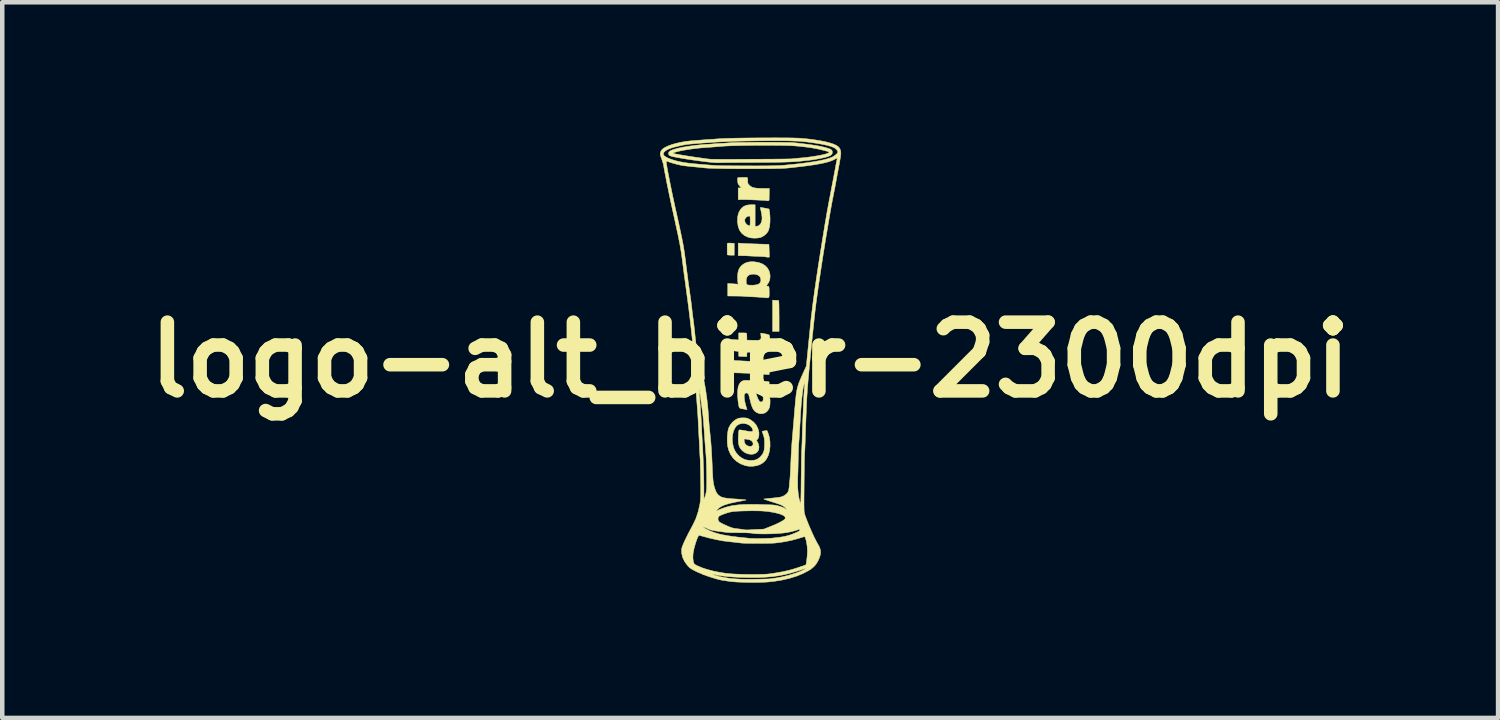
<source format=kicad_pcb>
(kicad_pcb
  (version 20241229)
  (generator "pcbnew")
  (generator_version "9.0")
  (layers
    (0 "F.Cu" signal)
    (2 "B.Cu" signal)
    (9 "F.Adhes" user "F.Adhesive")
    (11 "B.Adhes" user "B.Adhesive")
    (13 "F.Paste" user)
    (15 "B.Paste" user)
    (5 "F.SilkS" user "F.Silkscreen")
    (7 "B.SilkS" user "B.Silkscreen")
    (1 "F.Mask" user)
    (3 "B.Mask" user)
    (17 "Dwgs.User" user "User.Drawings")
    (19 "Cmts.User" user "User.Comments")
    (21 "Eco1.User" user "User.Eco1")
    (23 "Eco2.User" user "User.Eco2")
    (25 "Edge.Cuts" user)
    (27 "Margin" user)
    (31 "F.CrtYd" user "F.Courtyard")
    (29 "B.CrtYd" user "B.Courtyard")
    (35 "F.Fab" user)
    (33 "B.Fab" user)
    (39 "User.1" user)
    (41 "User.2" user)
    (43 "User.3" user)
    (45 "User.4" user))
  (footprint "logo-alt_bier-2300dpi"
    (layer "F.Cu")
    (at 13.578 4.925)
    (property "Reference" "logo-alt_bier-2300dpi" (at 0 0 0) (layer "F.SilkS") (effects (font (size 1.524 1.524) (thickness 0.3))))
    (attr through_hole)
    (fp_poly (pts (xy 0.56 -1.319) (xy 0.596 -1.317) (xy 0.623 -1.316) (xy 0.632 -1.315) (xy 0.634 -1.304) (xy 0.636 -1.274) (xy 0.638 -1.227) (xy 0.639 -1.166) (xy 0.64 -1.093) (xy 0.64 -1.012) (xy 0.641 -0.972) (xy 0.641 -0.629) (xy 0.497 -0.629) (xy 0.497 -1.322) (xy 0.56 -1.319)) (stroke (width 0.01) (type solid)) (fill yes) (layer "F.SilkS"))
    (fp_poly (pts (xy -0.431 -2.586) (xy -0.353 -2.582) (xy -0.353 -2.319) (xy -0.431 -2.319) (xy -0.476 -2.321) (xy -0.501 -2.325) (xy -0.508 -2.333) (xy -0.509 -2.355) (xy -0.509 -2.391) (xy -0.509 -2.436) (xy -0.509 -2.482) (xy -0.509 -2.525) (xy -0.509 -2.557) (xy -0.509 -2.573) (xy -0.504 -2.582) (xy -0.489 -2.586) (xy -0.459 -2.587) (xy -0.431 -2.586)) (stroke (width 0.01) (type solid)) (fill yes) (layer "F.SilkS"))
    (fp_poly (pts (xy -0.163 -2.58) (xy -0.12 -2.578) (xy -0.06 -2.575) (xy 0.011 -2.572) (xy 0.089 -2.569) (xy 0.167 -2.567) (xy 0.177 -2.566) (xy 0.247 -2.564) (xy 0.308 -2.562) (xy 0.359 -2.561) (xy 0.395 -2.559) (xy 0.414 -2.558) (xy 0.416 -2.558) (xy 0.417 -2.547) (xy 0.418 -2.518) (xy 0.42 -2.476) (xy 0.421 -2.424) (xy 0.422 -2.416) (xy 0.426 -2.275) (xy 0.392 -2.275) (xy 0.366 -2.276) (xy 0.352 -2.28) (xy 0.352 -2.28) (xy 0.34 -2.282) (xy 0.309 -2.285) (xy 0.265 -2.288) (xy 0.21 -2.291) (xy 0.182 -2.292) (xy 0.118 -2.295) (xy 0.058 -2.297) (xy 0.006 -2.3) (xy -0.031 -2.302) (xy -0.039 -2.303) (xy -0.078 -2.305) (xy -0.129 -2.306) (xy -0.179 -2.307) (xy -0.265 -2.308) (xy -0.265 -2.587) (xy -0.163 -2.58)) (stroke (width 0.01) (type solid)) (fill yes) (layer "F.SilkS"))
    (fp_poly (pts (xy -0.437 0.009) (xy -0.395 0.012) (xy -0.384 0.013) (xy -0.341 0.016) (xy -0.282 0.019) (xy -0.215 0.023) (xy -0.145 0.027) (xy -0.117 0.028) (xy -0.054 0.031) (xy 0.003 0.034) (xy 0.051 0.036) (xy 0.084 0.038) (xy 0.094 0.039) (xy 0.118 0.041) (xy 0.158 0.043) (xy 0.209 0.044) (xy 0.266 0.045) (xy 0.268 0.045) (xy 0.322 0.047) (xy 0.367 0.049) (xy 0.4 0.053) (xy 0.415 0.057) (xy 0.416 0.058) (xy 0.418 0.072) (xy 0.42 0.104) (xy 0.422 0.148) (xy 0.422 0.197) (xy 0.422 0.326) (xy 0.393 0.327) (xy 0.371 0.327) (xy 0.362 0.325) (xy 0.35 0.323) (xy 0.32 0.321) (xy 0.277 0.318) (xy 0.224 0.315) (xy 0.204 0.314) (xy 0.146 0.311) (xy 0.093 0.308) (xy 0.052 0.306) (xy 0.026 0.303) (xy 0.023 0.303) (xy 0.004 0.301) (xy -0.033 0.299) (xy -0.085 0.297) (xy -0.149 0.295) (xy -0.22 0.292) (xy -0.251 0.291) (xy -0.497 0.284) (xy -0.497 0.148) (xy -0.496 0.084) (xy -0.493 0.038) (xy -0.488 0.014) (xy -0.485 0.009) (xy -0.469 0.008) (xy -0.437 0.009)) (stroke (width 0.01) (type solid)) (fill yes) (layer "F.SilkS"))
    (fp_poly (pts (xy -0.079 -4.043) (xy -0.075 -4.043) (xy -0.064 -4.039) (xy -0.058 -4.025) (xy -0.055 -3.997) (xy -0.055 -3.974) (xy -0.054 -3.935) (xy -0.049 -3.91) (xy -0.036 -3.889) (xy -0.014 -3.865) (xy 0.015 -3.842) (xy 0.048 -3.824) (xy 0.089 -3.812) (xy 0.143 -3.804) (xy 0.211 -3.8) (xy 0.285 -3.799) (xy 0.425 -3.799) (xy 0.423 -3.686) (xy 0.422 -3.635) (xy 0.421 -3.591) (xy 0.421 -3.559) (xy 0.42 -3.548) (xy 0.414 -3.528) (xy 0.394 -3.523) (xy 0.372 -3.525) (xy 0.364 -3.527) (xy 0.351 -3.53) (xy 0.32 -3.532) (xy 0.275 -3.535) (xy 0.218 -3.538) (xy 0.154 -3.541) (xy 0.086 -3.544) (xy 0.017 -3.547) (xy -0.048 -3.549) (xy -0.106 -3.55) (xy -0.152 -3.55) (xy -0.265 -3.55) (xy -0.265 -3.68) (xy -0.265 -3.81) (xy -0.195 -3.81) (xy -0.223 -3.84) (xy -0.246 -3.868) (xy -0.264 -3.895) (xy -0.265 -3.897) (xy -0.272 -3.919) (xy -0.277 -3.952) (xy -0.279 -3.988) (xy -0.279 -4.018) (xy -0.275 -4.035) (xy -0.275 -4.036) (xy -0.263 -4.038) (xy -0.235 -4.04) (xy -0.196 -4.041) (xy -0.153 -4.043) (xy -0.112 -4.043) (xy -0.079 -4.043)) (stroke (width 0.01) (type solid)) (fill yes) (layer "F.SilkS"))
    (fp_poly (pts (xy -0.117 -0.595) (xy -0.088 -0.591) (xy -0.076 -0.584) (xy -0.076 -0.583) (xy -0.075 -0.565) (xy -0.074 -0.532) (xy -0.073 -0.502) (xy -0.072 -0.436) (xy 0.065 -0.433) (xy 0.123 -0.432) (xy 0.164 -0.432) (xy 0.191 -0.435) (xy 0.208 -0.439) (xy 0.221 -0.447) (xy 0.223 -0.449) (xy 0.236 -0.464) (xy 0.241 -0.484) (xy 0.241 -0.516) (xy 0.239 -0.531) (xy 0.233 -0.592) (xy 0.326 -0.576) (xy 0.38 -0.565) (xy 0.413 -0.553) (xy 0.426 -0.542) (xy 0.429 -0.524) (xy 0.433 -0.49) (xy 0.436 -0.444) (xy 0.438 -0.409) (xy 0.44 -0.355) (xy 0.44 -0.317) (xy 0.436 -0.29) (xy 0.429 -0.267) (xy 0.418 -0.243) (xy 0.399 -0.211) (xy 0.379 -0.188) (xy 0.353 -0.172) (xy 0.319 -0.162) (xy 0.272 -0.158) (xy 0.209 -0.158) (xy 0.149 -0.16) (xy 0.089 -0.163) (xy 0.034 -0.166) (xy -0.01 -0.168) (xy -0.038 -0.169) (xy -0.044 -0.169) (xy -0.061 -0.169) (xy -0.07 -0.159) (xy -0.072 -0.136) (xy -0.073 -0.121) (xy -0.074 -0.072) (xy -0.117 -0.072) (xy -0.158 -0.073) (xy -0.202 -0.075) (xy -0.207 -0.075) (xy -0.254 -0.079) (xy -0.254 -0.133) (xy -0.255 -0.167) (xy -0.261 -0.183) (xy -0.272 -0.188) (xy -0.273 -0.188) (xy -0.306 -0.191) (xy -0.34 -0.195) (xy -0.37 -0.202) (xy -0.387 -0.207) (xy -0.387 -0.208) (xy -0.392 -0.221) (xy -0.4 -0.249) (xy -0.409 -0.288) (xy -0.419 -0.332) (xy -0.429 -0.376) (xy -0.437 -0.413) (xy -0.441 -0.438) (xy -0.442 -0.445) (xy -0.432 -0.448) (xy -0.404 -0.449) (xy -0.365 -0.448) (xy -0.348 -0.446) (xy -0.254 -0.44) (xy -0.254 -0.596) (xy -0.166 -0.596) (xy -0.117 -0.595)) (stroke (width 0.01) (type solid)) (fill yes) (layer "F.SilkS"))
    (fp_poly (pts (xy 0.075 -3.436) (xy 0.11 -3.435) (xy 0.11 -2.96) (xy 0.142 -2.96) (xy 0.174 -2.967) (xy 0.201 -2.981) (xy 0.237 -3.022) (xy 0.258 -3.077) (xy 0.264 -3.147) (xy 0.255 -3.231) (xy 0.244 -3.285) (xy 0.234 -3.326) (xy 0.228 -3.358) (xy 0.225 -3.375) (xy 0.225 -3.376) (xy 0.237 -3.376) (xy 0.263 -3.372) (xy 0.3 -3.366) (xy 0.339 -3.359) (xy 0.376 -3.352) (xy 0.403 -3.346) (xy 0.416 -3.343) (xy 0.416 -3.343) (xy 0.422 -3.326) (xy 0.428 -3.293) (xy 0.434 -3.247) (xy 0.438 -3.194) (xy 0.441 -3.138) (xy 0.441 -3.132) (xy 0.439 -3.037) (xy 0.429 -2.952) (xy 0.411 -2.882) (xy 0.397 -2.848) (xy 0.363 -2.8) (xy 0.314 -2.756) (xy 0.258 -2.723) (xy 0.228 -2.711) (xy 0.163 -2.699) (xy 0.09 -2.696) (xy 0.017 -2.702) (xy -0.041 -2.715) (xy -0.122 -2.752) (xy -0.185 -2.802) (xy -0.232 -2.866) (xy -0.264 -2.945) (xy -0.279 -3.039) (xy -0.281 -3.065) (xy -0.281 -3.075) (xy -0.121 -3.075) (xy -0.104 -3.033) (xy -0.084 -3.008) (xy -0.057 -2.986) (xy -0.032 -2.972) (xy -0.023 -2.971) (xy -0.013 -2.972) (xy -0.006 -2.978) (xy -0.002 -2.994) (xy -0.000444 -3.023) (xy -0.000008 -3.069) (xy 0 -3.082) (xy -0.000395 -3.133) (xy -0.002 -3.165) (xy -0.005 -3.182) (xy -0.011 -3.188) (xy -0.017 -3.187) (xy -0.043 -3.181) (xy -0.051 -3.181) (xy -0.069 -3.173) (xy -0.092 -3.155) (xy -0.094 -3.153) (xy -0.118 -3.116) (xy -0.121 -3.075) (xy -0.281 -3.075) (xy -0.278 -3.166) (xy -0.258 -3.252) (xy -0.221 -3.323) (xy -0.186 -3.365) (xy -0.146 -3.397) (xy -0.102 -3.419) (xy -0.049 -3.432) (xy 0.017 -3.437) (xy 0.075 -3.436)) (stroke (width 0.01) (type solid)) (fill yes) (layer "F.SilkS"))
    (fp_poly (pts (xy 0.082 -2.173) (xy 0.179 -2.159) (xy 0.263 -2.13) (xy 0.332 -2.087) (xy 0.386 -2.031) (xy 0.422 -1.963) (xy 0.44 -1.885) (xy 0.442 -1.849) (xy 0.435 -1.779) (xy 0.413 -1.719) (xy 0.385 -1.676) (xy 0.366 -1.649) (xy 0.365 -1.636) (xy 0.38 -1.632) (xy 0.394 -1.633) (xy 0.406 -1.631) (xy 0.414 -1.619) (xy 0.419 -1.595) (xy 0.421 -1.554) (xy 0.422 -1.495) (xy 0.422 -1.492) (xy 0.422 -1.44) (xy 0.42 -1.405) (xy 0.412 -1.384) (xy 0.396 -1.374) (xy 0.367 -1.373) (xy 0.322 -1.377) (xy 0.282 -1.381) (xy 0.238 -1.384) (xy 0.179 -1.389) (xy 0.111 -1.393) (xy 0.042 -1.396) (xy 0.022 -1.397) (xy -0.038 -1.4) (xy -0.091 -1.403) (xy -0.133 -1.406) (xy -0.16 -1.408) (xy -0.166 -1.409) (xy -0.182 -1.41) (xy -0.216 -1.411) (xy -0.264 -1.412) (xy -0.32 -1.413) (xy -0.34 -1.413) (xy -0.497 -1.414) (xy -0.497 -1.692) (xy -0.38 -1.684) (xy -0.263 -1.676) (xy -0.271 -1.701) (xy -0.274 -1.722) (xy -0.276 -1.754) (xy -0.088 -1.754) (xy -0.087 -1.708) (xy -0.081 -1.679) (xy -0.066 -1.664) (xy -0.039 -1.657) (xy -0.007 -1.654) (xy 0.079 -1.654) (xy 0.146 -1.664) (xy 0.193 -1.682) (xy 0.209 -1.695) (xy 0.229 -1.722) (xy 0.237 -1.756) (xy 0.237 -1.772) (xy 0.228 -1.821) (xy 0.2 -1.859) (xy 0.155 -1.885) (xy 0.095 -1.898) (xy 0.066 -1.899) (xy 0.004 -1.892) (xy -0.043 -1.868) (xy -0.073 -1.83) (xy -0.087 -1.777) (xy -0.088 -1.754) (xy -0.276 -1.754) (xy -0.277 -1.76) (xy -0.278 -1.806) (xy -0.279 -1.832) (xy -0.274 -1.914) (xy -0.26 -1.981) (xy -0.235 -2.035) (xy -0.196 -2.083) (xy -0.179 -2.099) (xy -0.121 -2.139) (xy -0.055 -2.164) (xy 0.022 -2.174) (xy 0.082 -2.173)) (stroke (width 0.01) (type solid)) (fill yes) (layer "F.SilkS"))
    (fp_poly (pts (xy -0.032 0.457) (xy 0.01 0.459) (xy 0.063 0.462) (xy 0.108 0.465) (xy 0.14 0.468) (xy 0.155 0.47) (xy 0.155 0.47) (xy 0.168 0.472) (xy 0.199 0.474) (xy 0.242 0.475) (xy 0.291 0.477) (xy 0.347 0.478) (xy 0.385 0.481) (xy 0.407 0.484) (xy 0.418 0.49) (xy 0.42 0.496) (xy 0.421 0.514) (xy 0.421 0.548) (xy 0.421 0.594) (xy 0.421 0.629) (xy 0.42 0.681) (xy 0.419 0.715) (xy 0.415 0.734) (xy 0.41 0.742) (xy 0.401 0.744) (xy 0.401 0.743) (xy 0.383 0.742) (xy 0.348 0.74) (xy 0.301 0.737) (xy 0.253 0.734) (xy 0.124 0.726) (xy 0.151 0.808) (xy 0.167 0.851) (xy 0.186 0.889) (xy 0.203 0.914) (xy 0.204 0.916) (xy 0.225 0.933) (xy 0.243 0.936) (xy 0.259 0.93) (xy 0.276 0.919) (xy 0.285 0.903) (xy 0.289 0.876) (xy 0.288 0.833) (xy 0.288 0.826) (xy 0.286 0.785) (xy 0.356 0.808) (xy 0.392 0.822) (xy 0.421 0.835) (xy 0.433 0.844) (xy 0.438 0.863) (xy 0.441 0.897) (xy 0.441 0.94) (xy 0.439 0.986) (xy 0.435 1.026) (xy 0.43 1.052) (xy 0.407 1.102) (xy 0.371 1.147) (xy 0.331 1.176) (xy 0.271 1.196) (xy 0.211 1.195) (xy 0.157 1.175) (xy 0.118 1.152) (xy 0.086 1.121) (xy 0.059 1.08) (xy 0.036 1.027) (xy 0.014 0.957) (xy -0.005 0.878) (xy -0.016 0.834) (xy -0.026 0.796) (xy -0.034 0.771) (xy -0.054 0.742) (xy -0.08 0.733) (xy -0.109 0.744) (xy -0.113 0.747) (xy -0.124 0.76) (xy -0.13 0.777) (xy -0.132 0.802) (xy -0.13 0.844) (xy -0.129 0.85) (xy -0.123 0.904) (xy -0.11 0.965) (xy -0.096 1.02) (xy -0.068 1.106) (xy -0.092 1.1) (xy -0.117 1.096) (xy -0.153 1.09) (xy -0.175 1.087) (xy -0.203 1.082) (xy -0.223 1.075) (xy -0.237 1.062) (xy -0.248 1.039) (xy -0.256 1.002) (xy -0.264 0.949) (xy -0.268 0.92) (xy -0.279 0.801) (xy -0.279 0.699) (xy -0.268 0.614) (xy -0.246 0.547) (xy -0.213 0.498) (xy -0.169 0.468) (xy -0.147 0.461) (xy -0.12 0.456) (xy -0.083 0.455) (xy -0.032 0.457)) (stroke (width 0.01) (type solid)) (fill yes) (layer "F.SilkS"))
    (fp_poly (pts (xy -0.113 1.288) (xy -0.078 1.292) (xy -0.048 1.302) (xy -0.012 1.319) (xy -0.002 1.324) (xy 0.073 1.377) (xy 0.132 1.444) (xy 0.172 1.522) (xy 0.194 1.607) (xy 0.195 1.657) (xy 0.189 1.704) (xy 0.176 1.744) (xy 0.157 1.768) (xy 0.156 1.769) (xy 0.144 1.778) (xy 0.143 1.789) (xy 0.154 1.809) (xy 0.161 1.819) (xy 0.185 1.871) (xy 0.196 1.93) (xy 0.19 1.985) (xy 0.188 1.993) (xy 0.162 2.039) (xy 0.123 2.071) (xy 0.073 2.09) (xy 0.015 2.095) (xy -0.045 2.086) (xy -0.105 2.063) (xy -0.162 2.025) (xy -0.178 2.01) (xy -0.213 1.971) (xy -0.238 1.928) (xy -0.254 1.878) (xy -0.262 1.816) (xy -0.263 1.788) (xy -0.133 1.788) (xy -0.127 1.824) (xy -0.115 1.857) (xy -0.09 1.887) (xy -0.055 1.908) (xy -0.015 1.92) (xy 0.022 1.918) (xy 0.049 1.904) (xy 0.065 1.875) (xy 0.063 1.841) (xy 0.044 1.809) (xy 0.012 1.784) (xy -0.017 1.773) (xy -0.057 1.764) (xy -0.076 1.761) (xy -0.133 1.753) (xy -0.133 1.788) (xy -0.263 1.788) (xy -0.263 1.739) (xy -0.262 1.697) (xy -0.259 1.645) (xy -0.255 1.601) (xy -0.251 1.57) (xy -0.246 1.556) (xy -0.232 1.554) (xy -0.201 1.557) (xy -0.158 1.563) (xy -0.127 1.569) (xy -0.055 1.583) (xy -0.003 1.59) (xy 0.033 1.59) (xy 0.053 1.583) (xy 0.061 1.569) (xy 0.057 1.546) (xy 0.054 1.536) (xy 0.024 1.487) (xy -0.021 1.449) (xy -0.077 1.423) (xy -0.138 1.411) (xy -0.2 1.414) (xy -0.259 1.434) (xy -0.265 1.437) (xy -0.311 1.474) (xy -0.347 1.529) (xy -0.374 1.596) (xy -0.391 1.674) (xy -0.396 1.757) (xy -0.39 1.843) (xy -0.373 1.928) (xy -0.347 2) (xy -0.308 2.064) (xy -0.255 2.123) (xy -0.193 2.173) (xy -0.128 2.207) (xy -0.127 2.208) (xy -0.063 2.224) (xy 0.009 2.231) (xy 0.08 2.227) (xy 0.123 2.218) (xy 0.176 2.192) (xy 0.226 2.151) (xy 0.269 2.098) (xy 0.284 2.072) (xy 0.298 2.042) (xy 0.307 2.011) (xy 0.313 1.974) (xy 0.317 1.925) (xy 0.318 1.897) (xy 0.319 1.814) (xy 0.313 1.745) (xy 0.299 1.684) (xy 0.28 1.632) (xy 0.269 1.605) (xy 0.266 1.588) (xy 0.266 1.586) (xy 0.279 1.582) (xy 0.306 1.577) (xy 0.321 1.575) (xy 0.372 1.567) (xy 0.395 1.62) (xy 0.424 1.711) (xy 0.439 1.812) (xy 0.441 1.915) (xy 0.43 2.016) (xy 0.405 2.109) (xy 0.381 2.162) (xy 0.354 2.21) (xy 0.325 2.246) (xy 0.288 2.279) (xy 0.274 2.29) (xy 0.211 2.326) (xy 0.135 2.349) (xy 0.051 2.361) (xy -0.035 2.359) (xy -0.107 2.346) (xy -0.21 2.308) (xy -0.3 2.252) (xy -0.376 2.181) (xy -0.436 2.095) (xy -0.479 1.996) (xy -0.5 1.909) (xy -0.507 1.84) (xy -0.509 1.763) (xy -0.506 1.683) (xy -0.498 1.608) (xy -0.486 1.544) (xy -0.476 1.511) (xy -0.439 1.441) (xy -0.387 1.378) (xy -0.325 1.329) (xy -0.305 1.317) (xy -0.27 1.301) (xy -0.236 1.292) (xy -0.194 1.288) (xy -0.16 1.287) (xy -0.113 1.288)) (stroke (width 0.01) (type solid)) (fill yes) (layer "F.SilkS"))
    (fp_poly (pts (xy 0.457 -4.821) (xy 0.56 -4.821) (xy 0.657 -4.82) (xy 0.745 -4.819) (xy 0.821 -4.818) (xy 0.883 -4.817) (xy 0.928 -4.816) (xy 0.955 -4.814) (xy 1.109 -4.797) (xy 1.241 -4.781) (xy 1.353 -4.766) (xy 1.446 -4.752) (xy 1.521 -4.739) (xy 1.557 -4.732) (xy 1.641 -4.712) (xy 1.705 -4.695) (xy 1.753 -4.679) (xy 1.786 -4.664) (xy 1.806 -4.648) (xy 1.818 -4.629) (xy 1.822 -4.607) (xy 1.822 -4.6) (xy 1.818 -4.572) (xy 1.804 -4.549) (xy 1.778 -4.528) (xy 1.737 -4.51) (xy 1.68 -4.492) (xy 1.605 -4.474) (xy 1.55 -4.463) (xy 1.486 -4.45) (xy 1.424 -4.439) (xy 1.369 -4.431) (xy 1.329 -4.425) (xy 1.32 -4.424) (xy 1.278 -4.42) (xy 1.223 -4.414) (xy 1.166 -4.408) (xy 1.149 -4.406) (xy 1.09 -4.4) (xy 1.029 -4.395) (xy 0.964 -4.391) (xy 0.894 -4.387) (xy 0.816 -4.384) (xy 0.727 -4.381) (xy 0.627 -4.379) (xy 0.513 -4.377) (xy 0.384 -4.376) (xy 0.236 -4.375) (xy 0.069 -4.375) (xy 0.04 -4.374) (xy -0.083 -4.374) (xy -0.199 -4.374) (xy -0.307 -4.373) (xy -0.405 -4.372) (xy -0.491 -4.372) (xy -0.564 -4.371) (xy -0.62 -4.37) (xy -0.658 -4.37) (xy -0.677 -4.369) (xy -0.678 -4.369) (xy -0.698 -4.368) (xy -0.735 -4.369) (xy -0.782 -4.371) (xy -0.823 -4.374) (xy -0.893 -4.38) (xy -0.976 -4.389) (xy -1.069 -4.401) (xy -1.167 -4.414) (xy -1.268 -4.428) (xy -1.369 -4.443) (xy -1.465 -4.458) (xy -1.553 -4.473) (xy -1.63 -4.487) (xy -1.693 -4.499) (xy -1.737 -4.51) (xy -1.742 -4.511) (xy -1.778 -4.524) (xy -1.798 -4.538) (xy -1.807 -4.556) (xy -1.807 -4.558) (xy -1.808 -4.578) (xy -1.708 -4.578) (xy -1.694 -4.572) (xy -1.674 -4.567) (xy -1.635 -4.559) (xy -1.581 -4.549) (xy -1.515 -4.538) (xy -1.439 -4.525) (xy -1.357 -4.512) (xy -1.271 -4.499) (xy -1.186 -4.486) (xy -1.105 -4.475) (xy -1.03 -4.464) (xy -0.964 -4.455) (xy -0.911 -4.449) (xy -0.889 -4.447) (xy -0.869 -4.446) (xy -0.829 -4.445) (xy -0.772 -4.445) (xy -0.699 -4.444) (xy -0.613 -4.444) (xy -0.516 -4.444) (xy -0.409 -4.444) (xy -0.294 -4.444) (xy -0.175 -4.445) (xy -0.052 -4.445) (xy 0.072 -4.446) (xy 0.195 -4.446) (xy 0.314 -4.447) (xy 0.429 -4.447) (xy 0.537 -4.448) (xy 0.636 -4.449) (xy 0.723 -4.45) (xy 0.797 -4.451) (xy 0.856 -4.452) (xy 0.898 -4.453) (xy 0.92 -4.454) (xy 0.922 -4.454) (xy 0.949 -4.458) (xy 0.99 -4.462) (xy 1.037 -4.466) (xy 1.044 -4.467) (xy 1.149 -4.476) (xy 1.252 -4.487) (xy 1.351 -4.5) (xy 1.443 -4.514) (xy 1.528 -4.528) (xy 1.601 -4.543) (xy 1.663 -4.558) (xy 1.71 -4.573) (xy 1.74 -4.587) (xy 1.751 -4.599) (xy 1.749 -4.606) (xy 1.733 -4.613) (xy 1.7 -4.624) (xy 1.653 -4.636) (xy 1.597 -4.65) (xy 1.536 -4.665) (xy 1.474 -4.678) (xy 1.416 -4.689) (xy 1.364 -4.698) (xy 1.364 -4.698) (xy 1.275 -4.711) (xy 1.194 -4.721) (xy 1.116 -4.73) (xy 1.04 -4.737) (xy 0.961 -4.743) (xy 0.877 -4.747) (xy 0.785 -4.75) (xy 0.682 -4.752) (xy 0.563 -4.753) (xy 0.428 -4.754) (xy 0.364 -4.754) (xy 0.207 -4.754) (xy 0.056 -4.753) (xy -0.086 -4.751) (xy -0.217 -4.749) (xy -0.336 -4.746) (xy -0.439 -4.743) (xy -0.526 -4.739) (xy -0.595 -4.735) (xy -0.635 -4.732) (xy -0.668 -4.729) (xy -0.709 -4.725) (xy -0.761 -4.721) (xy -0.828 -4.716) (xy -0.912 -4.71) (xy -0.994 -4.704) (xy -1.099 -4.696) (xy -1.206 -4.684) (xy -1.312 -4.671) (xy -1.414 -4.655) (xy -1.506 -4.639) (xy -1.587 -4.622) (xy -1.651 -4.605) (xy -1.684 -4.594) (xy -1.706 -4.584) (xy -1.708 -4.578) (xy -1.808 -4.578) (xy -1.809 -4.586) (xy -1.797 -4.61) (xy -1.769 -4.632) (xy -1.725 -4.653) (xy -1.661 -4.673) (xy -1.607 -4.688) (xy -1.526 -4.706) (xy -1.427 -4.724) (xy -1.317 -4.74) (xy -1.201 -4.755) (xy -1.084 -4.767) (xy -0.971 -4.776) (xy -0.944 -4.777) (xy -0.892 -4.78) (xy -0.849 -4.783) (xy -0.819 -4.786) (xy -0.806 -4.788) (xy -0.806 -4.788) (xy -0.794 -4.789) (xy -0.763 -4.792) (xy -0.718 -4.794) (xy -0.664 -4.797) (xy -0.635 -4.798) (xy -0.574 -4.801) (xy -0.52 -4.805) (xy -0.476 -4.808) (xy -0.448 -4.811) (xy -0.442 -4.812) (xy -0.422 -4.813) (xy -0.383 -4.815) (xy -0.327 -4.816) (xy -0.256 -4.818) (xy -0.172 -4.819) (xy -0.079 -4.819) (xy 0.023 -4.82) (xy 0.129 -4.821) (xy 0.239 -4.821) (xy 0.349 -4.821) (xy 0.457 -4.821)) (stroke (width 0.01) (type solid)) (fill yes) (layer "F.SilkS"))
    (fp_poly (pts (xy 0.673 -4.919) (xy 0.785 -4.919) (xy 0.885 -4.918) (xy 0.973 -4.916) (xy 1.044 -4.914) (xy 1.098 -4.912) (xy 1.104 -4.911) (xy 1.252 -4.898) (xy 1.4 -4.88) (xy 1.54 -4.858) (xy 1.668 -4.833) (xy 1.757 -4.81) (xy 1.842 -4.783) (xy 1.908 -4.754) (xy 1.956 -4.721) (xy 1.987 -4.682) (xy 2.004 -4.636) (xy 2.01 -4.58) (xy 2.01 -4.579) (xy 2.008 -4.549) (xy 2.002 -4.502) (xy 1.993 -4.443) (xy 1.981 -4.375) (xy 1.968 -4.303) (xy 1.966 -4.294) (xy 1.952 -4.218) (xy 1.937 -4.141) (xy 1.924 -4.07) (xy 1.913 -4.009) (xy 1.905 -3.965) (xy 1.905 -3.965) (xy 1.897 -3.922) (xy 1.886 -3.863) (xy 1.873 -3.792) (xy 1.857 -3.714) (xy 1.842 -3.635) (xy 1.837 -3.611) (xy 1.816 -3.504) (xy 1.793 -3.378) (xy 1.768 -3.235) (xy 1.741 -3.078) (xy 1.713 -2.91) (xy 1.683 -2.734) (xy 1.654 -2.552) (xy 1.624 -2.367) (xy 1.595 -2.181) (xy 1.567 -1.998) (xy 1.541 -1.82) (xy 1.515 -1.65) (xy 1.493 -1.49) (xy 1.472 -1.343) (xy 1.455 -1.212) (xy 1.453 -1.193) (xy 1.445 -1.128) (xy 1.435 -1.044) (xy 1.424 -0.944) (xy 1.412 -0.831) (xy 1.399 -0.707) (xy 1.385 -0.576) (xy 1.371 -0.441) (xy 1.357 -0.304) (xy 1.344 -0.168) (xy 1.331 -0.036) (xy 1.319 0.089) (xy 1.308 0.204) (xy 1.303 0.254) (xy 1.297 0.329) (xy 1.29 0.401) (xy 1.284 0.464) (xy 1.28 0.515) (xy 1.277 0.55) (xy 1.276 0.558) (xy 1.273 0.594) (xy 1.269 0.644) (xy 1.266 0.698) (xy 1.265 0.718) (xy 1.261 0.777) (xy 1.257 0.839) (xy 1.254 0.894) (xy 1.254 0.906) (xy 1.251 0.948) (xy 1.249 1.005) (xy 1.246 1.071) (xy 1.243 1.138) (xy 1.243 1.154) (xy 1.24 1.227) (xy 1.237 1.307) (xy 1.234 1.383) (xy 1.231 1.448) (xy 1.231 1.452) (xy 1.229 1.507) (xy 1.227 1.578) (xy 1.224 1.658) (xy 1.222 1.74) (xy 1.22 1.806) (xy 1.217 1.876) (xy 1.215 1.941) (xy 1.212 1.997) (xy 1.21 2.039) (xy 1.208 2.064) (xy 1.208 2.065) (xy 1.206 2.083) (xy 1.205 2.121) (xy 1.204 2.177) (xy 1.202 2.248) (xy 1.201 2.334) (xy 1.2 2.43) (xy 1.198 2.536) (xy 1.197 2.649) (xy 1.196 2.733) (xy 1.195 2.867) (xy 1.194 2.981) (xy 1.193 3.077) (xy 1.193 3.156) (xy 1.193 3.22) (xy 1.194 3.272) (xy 1.195 3.313) (xy 1.196 3.346) (xy 1.198 3.371) (xy 1.201 3.391) (xy 1.205 3.408) (xy 1.209 3.424) (xy 1.212 3.435) (xy 1.234 3.497) (xy 1.263 3.573) (xy 1.297 3.657) (xy 1.335 3.746) (xy 1.374 3.835) (xy 1.413 3.919) (xy 1.45 3.993) (xy 1.482 4.055) (xy 1.499 4.083) (xy 1.536 4.152) (xy 1.557 4.215) (xy 1.561 4.277) (xy 1.55 4.343) (xy 1.523 4.417) (xy 1.501 4.462) (xy 1.463 4.527) (xy 1.416 4.582) (xy 1.357 4.632) (xy 1.301 4.669) (xy 1.176 4.735) (xy 1.033 4.794) (xy 0.875 4.843) (xy 0.704 4.883) (xy 0.522 4.912) (xy 0.398 4.925) (xy 0.322 4.93) (xy 0.229 4.933) (xy 0.125 4.935) (xy 0.016 4.935) (xy -0.095 4.933) (xy -0.201 4.93) (xy -0.297 4.926) (xy -0.377 4.92) (xy -0.392 4.919) (xy -0.46 4.911) (xy -0.534 4.9) (xy -0.604 4.889) (xy -0.651 4.881) (xy -0.74 4.859) (xy -0.841 4.829) (xy -0.948 4.794) (xy -1.054 4.754) (xy -1.058 4.752) (xy -0.846 4.752) (xy -0.839 4.757) (xy -0.815 4.766) (xy -0.778 4.777) (xy -0.732 4.79) (xy -0.682 4.803) (xy -0.632 4.814) (xy -0.602 4.82) (xy -0.508 4.836) (xy -0.413 4.849) (xy -0.312 4.857) (xy -0.201 4.863) (xy -0.077 4.865) (xy 0.065 4.865) (xy 0.099 4.864) (xy 0.182 4.863) (xy 0.259 4.861) (xy 0.327 4.86) (xy 0.383 4.858) (xy 0.424 4.856) (xy 0.446 4.855) (xy 0.447 4.854) (xy 0.474 4.85) (xy 0.515 4.844) (xy 0.561 4.838) (xy 0.569 4.837) (xy 0.657 4.822) (xy 0.753 4.801) (xy 0.851 4.776) (xy 0.947 4.748) (xy 1.037 4.718) (xy 1.116 4.687) (xy 1.181 4.658) (xy 1.215 4.638) (xy 1.233 4.625) (xy 1.236 4.62) (xy 1.231 4.622) (xy 1.065 4.678) (xy 0.912 4.724) (xy 0.765 4.761) (xy 0.622 4.788) (xy 0.475 4.808) (xy 0.321 4.82) (xy 0.154 4.826) (xy 0.028 4.827) (xy -0.125 4.825) (xy -0.271 4.82) (xy -0.407 4.812) (xy -0.53 4.802) (xy -0.638 4.789) (xy -0.727 4.773) (xy -0.741 4.77) (xy -0.786 4.761) (xy -0.821 4.755) (xy -0.842 4.752) (xy -0.846 4.752) (xy -1.058 4.752) (xy -1.151 4.713) (xy -1.209 4.686) (xy -1.265 4.657) (xy -1.307 4.633) (xy -1.339 4.61) (xy -1.368 4.583) (xy -1.39 4.558) (xy -1.453 4.472) (xy -1.496 4.383) (xy -1.496 4.381) (xy -1.27 4.381) (xy -1.262 4.46) (xy -1.257 4.48) (xy -1.25 4.504) (xy -1.241 4.522) (xy -1.225 4.536) (xy -1.198 4.552) (xy -1.156 4.573) (xy -1.155 4.573) (xy -1.061 4.612) (xy -0.95 4.648) (xy -0.826 4.681) (xy -0.694 4.708) (xy -0.56 4.73) (xy -0.452 4.742) (xy -0.384 4.747) (xy -0.301 4.751) (xy -0.207 4.754) (xy -0.107 4.757) (xy -0.004 4.758) (xy 0.096 4.758) (xy 0.191 4.757) (xy 0.276 4.755) (xy 0.347 4.752) (xy 0.395 4.749) (xy 0.5 4.735) (xy 0.615 4.717) (xy 0.732 4.695) (xy 0.842 4.67) (xy 0.862 4.665) (xy 0.9 4.655) (xy 0.949 4.641) (xy 1.005 4.624) (xy 1.062 4.606) (xy 1.117 4.587) (xy 1.167 4.571) (xy 1.205 4.557) (xy 1.229 4.547) (xy 1.235 4.544) (xy 1.24 4.53) (xy 1.246 4.498) (xy 1.252 4.454) (xy 1.258 4.402) (xy 1.264 4.348) (xy 1.267 4.295) (xy 1.269 4.25) (xy 1.27 4.235) (xy 1.267 4.182) (xy 1.262 4.125) (xy 1.253 4.068) (xy 1.243 4.015) (xy 1.231 3.97) (xy 1.219 3.938) (xy 1.208 3.921) (xy 1.203 3.919) (xy 1.187 3.924) (xy 1.154 3.934) (xy 1.11 3.948) (xy 1.066 3.961) (xy 0.939 3.996) (xy 0.801 4.026) (xy 0.663 4.049) (xy 0.541 4.063) (xy 0.499 4.065) (xy 0.441 4.067) (xy 0.371 4.068) (xy 0.292 4.069) (xy 0.209 4.07) (xy 0.125 4.07) (xy 0.042 4.069) (xy -0.035 4.068) (xy -0.103 4.067) (xy -0.159 4.065) (xy -0.198 4.062) (xy -0.215 4.06) (xy -0.247 4.056) (xy -0.287 4.05) (xy -0.304 4.049) (xy -0.338 4.045) (xy -0.387 4.04) (xy -0.443 4.034) (xy -0.48 4.03) (xy -0.611 4.013) (xy -0.758 3.985) (xy -0.919 3.948) (xy -1.091 3.901) (xy -1.127 3.891) (xy -1.139 3.896) (xy -1.154 3.917) (xy -1.173 3.957) (xy -1.194 4.017) (xy -1.214 4.075) (xy -1.246 4.191) (xy -1.265 4.292) (xy -1.27 4.381) (xy -1.496 4.381) (xy -1.518 4.292) (xy -1.52 4.202) (xy -1.519 4.193) (xy -1.51 4.155) (xy -1.489 4.1) (xy -1.458 4.028) (xy -1.416 3.941) (xy -1.365 3.839) (xy -1.304 3.725) (xy -1.294 3.705) (xy -1.038 3.705) (xy -1.029 3.717) (xy -1.003 3.735) (xy -0.965 3.756) (xy -0.92 3.779) (xy -0.872 3.8) (xy -0.839 3.813) (xy -0.766 3.838) (xy -0.687 3.861) (xy -0.601 3.88) (xy -0.503 3.898) (xy -0.393 3.915) (xy -0.265 3.931) (xy -0.149 3.943) (xy -0.098 3.948) (xy -0.052 3.953) (xy -0.019 3.957) (xy -0.006 3.958) (xy 0.02 3.96) (xy 0.064 3.961) (xy 0.12 3.962) (xy 0.185 3.962) (xy 0.254 3.961) (xy 0.322 3.96) (xy 0.384 3.958) (xy 0.437 3.956) (xy 0.475 3.954) (xy 0.486 3.953) (xy 0.538 3.947) (xy 0.593 3.94) (xy 0.624 3.937) (xy 0.67 3.931) (xy 0.726 3.922) (xy 0.772 3.913) (xy 0.821 3.901) (xy 0.876 3.885) (xy 0.933 3.865) (xy 0.987 3.843) (xy 1.036 3.822) (xy 1.074 3.803) (xy 1.098 3.787) (xy 1.104 3.777) (xy 1.096 3.762) (xy 1.076 3.76) (xy 1.062 3.765) (xy 1.036 3.775) (xy 0.994 3.788) (xy 0.942 3.802) (xy 0.885 3.815) (xy 0.829 3.826) (xy 0.801 3.831) (xy 0.733 3.84) (xy 0.654 3.847) (xy 0.565 3.853) (xy 0.472 3.857) (xy 0.377 3.859) (xy 0.286 3.86) (xy 0.202 3.858) (xy 0.13 3.855) (xy 0.072 3.85) (xy 0.043 3.845) (xy 0.016 3.841) (xy -0.028 3.838) (xy -0.086 3.835) (xy -0.153 3.833) (xy -0.226 3.833) (xy -0.239 3.833) (xy -0.311 3.832) (xy -0.378 3.832) (xy -0.437 3.831) (xy -0.482 3.829) (xy -0.51 3.827) (xy -0.514 3.827) (xy -0.608 3.815) (xy -0.683 3.805) (xy -0.742 3.797) (xy -0.787 3.79) (xy -0.821 3.783) (xy -0.848 3.778) (xy -0.87 3.772) (xy -0.878 3.769) (xy -0.911 3.758) (xy -0.937 3.748) (xy -0.944 3.743) (xy -0.96 3.734) (xy -0.985 3.723) (xy -1.011 3.712) (xy -1.031 3.705) (xy -1.038 3.705) (xy -1.294 3.705) (xy -1.27 3.661) (xy -1.205 3.524) (xy -0.713 3.524) (xy -0.71 3.548) (xy -0.704 3.567) (xy -0.693 3.584) (xy -0.674 3.601) (xy -0.643 3.619) (xy -0.598 3.642) (xy -0.536 3.67) (xy -0.528 3.674) (xy -0.468 3.7) (xy -0.421 3.718) (xy -0.381 3.73) (xy -0.342 3.738) (xy -0.296 3.744) (xy -0.287 3.745) (xy -0.236 3.751) (xy -0.189 3.757) (xy -0.154 3.763) (xy -0.144 3.765) (xy -0.108 3.77) (xy -0.066 3.771) (xy -0.05 3.771) (xy -0.017 3.769) (xy 0.031 3.766) (xy 0.088 3.763) (xy 0.149 3.76) (xy 0.155 3.76) (xy 0.304 3.753) (xy 0.473 3.686) (xy 0.562 3.649) (xy 0.638 3.613) (xy 0.7 3.58) (xy 0.745 3.551) (xy 0.771 3.527) (xy 0.777 3.518) (xy 0.777 3.49) (xy 0.755 3.463) (xy 0.712 3.438) (xy 0.647 3.414) (xy 0.562 3.392) (xy 0.554 3.391) (xy 0.477 3.376) (xy 0.402 3.364) (xy 0.324 3.356) (xy 0.24 3.35) (xy 0.145 3.348) (xy 0.036 3.347) (xy -0.067 3.349) (xy -0.167 3.351) (xy -0.249 3.354) (xy -0.316 3.358) (xy -0.372 3.363) (xy -0.422 3.371) (xy -0.468 3.381) (xy -0.516 3.395) (xy -0.568 3.413) (xy -0.601 3.425) (xy -0.655 3.447) (xy -0.69 3.468) (xy -0.708 3.493) (xy -0.713 3.524) (xy -1.205 3.524) (xy -1.202 3.517) (xy -1.15 3.361) (xy -1.114 3.197) (xy -1.109 3.164) (xy -1.104 3.132) (xy -1.101 3.098) (xy -1.099 3.059) (xy -1.097 3.014) (xy -1.097 2.958) (xy -1.097 2.89) (xy -1.097 2.807) (xy -1.099 2.705) (xy -1.099 2.645) (xy -1.101 2.548) (xy -1.102 2.457) (xy -1.104 2.375) (xy -1.106 2.304) (xy -1.107 2.246) (xy -1.108 2.205) (xy -1.11 2.183) (xy -1.11 2.181) (xy -1.112 2.158) (xy -1.114 2.118) (xy -1.117 2.066) (xy -1.12 2.008) (xy -1.121 1.988) (xy -1.123 1.923) (xy -1.126 1.86) (xy -1.129 1.804) (xy -1.132 1.762) (xy -1.132 1.756) (xy -1.135 1.715) (xy -1.138 1.66) (xy -1.141 1.598) (xy -1.143 1.552) (xy -1.147 1.468) (xy -1.151 1.388) (xy -1.155 1.311) (xy -1.16 1.232) (xy -1.166 1.148) (xy -1.172 1.058) (xy -1.18 0.956) (xy -1.189 0.841) (xy -1.2 0.71) (xy -1.203 0.674) (xy -1.135 0.674) (xy -1.132 0.696) (xy -1.129 0.727) (xy -1.125 0.77) (xy -1.121 0.812) (xy -1.109 0.981) (xy -1.098 1.129) (xy -1.089 1.257) (xy -1.083 1.365) (xy -1.078 1.454) (xy -1.077 1.474) (xy -1.074 1.559) (xy -1.07 1.64) (xy -1.066 1.722) (xy -1.06 1.814) (xy -1.055 1.911) (xy -1.053 1.939) (xy -1.051 1.972) (xy -1.05 2.012) (xy -1.048 2.062) (xy -1.045 2.122) (xy -1.042 2.196) (xy -1.039 2.286) (xy -1.035 2.395) (xy -1.032 2.479) (xy -1.03 2.546) (xy -1.029 2.627) (xy -1.027 2.716) (xy -1.026 2.804) (xy -1.026 2.871) (xy -1.025 3.098) (xy -1.004 3.044) (xy -0.991 3.005) (xy -0.979 2.955) (xy -0.97 2.906) (xy -0.967 2.87) (xy -0.965 2.815) (xy -0.964 2.745) (xy -0.963 2.664) (xy -0.964 2.575) (xy -0.965 2.482) (xy -0.967 2.389) (xy -0.97 2.298) (xy -0.973 2.214) (xy -0.977 2.139) (xy -0.982 2.079) (xy -0.982 2.076) (xy -0.987 2.014) (xy -0.993 1.947) (xy -0.997 1.887) (xy -0.999 1.866) (xy -1.009 1.727) (xy -1.017 1.607) (xy -1.024 1.507) (xy -1.031 1.423) (xy -1.036 1.354) (xy -1.041 1.299) (xy -1.045 1.256) (xy -1.049 1.222) (xy -1.049 1.22) (xy -1.066 1.089) (xy -1.08 0.979) (xy -1.093 0.888) (xy -1.103 0.815) (xy -1.111 0.759) (xy -1.118 0.719) (xy -1.123 0.694) (xy -1.126 0.682) (xy -1.133 0.669) (xy -1.135 0.674) (xy -1.203 0.674) (xy -1.209 0.596) (xy -1.212 0.558) (xy -1.215 0.506) (xy -1.219 0.449) (xy -1.22 0.425) (xy -1.223 0.37) (xy -1.227 0.315) (xy -1.23 0.269) (xy -1.231 0.254) (xy -1.237 0.173) (xy -1.244 0.075) (xy -1.25 -0.037) (xy -1.254 -0.105) (xy -1.259 -0.181) (xy -1.267 -0.277) (xy -1.277 -0.39) (xy -1.29 -0.516) (xy -1.305 -0.655) (xy -1.322 -0.802) (xy -1.34 -0.956) (xy -1.359 -1.115) (xy -1.38 -1.274) (xy -1.401 -1.432) (xy -1.419 -1.568) (xy -1.433 -1.671) (xy -1.448 -1.782) (xy -1.464 -1.896) (xy -1.478 -2.005) (xy -1.491 -2.105) (xy -1.502 -2.187) (xy -1.51 -2.254) (xy -1.519 -2.317) (xy -1.527 -2.376) (xy -1.537 -2.435) (xy -1.547 -2.495) (xy -1.558 -2.559) (xy -1.572 -2.628) (xy -1.587 -2.706) (xy -1.605 -2.793) (xy -1.627 -2.893) (xy -1.652 -3.007) (xy -1.68 -3.138) (xy -1.713 -3.288) (xy -1.723 -3.33) (xy -1.741 -3.414) (xy -1.761 -3.507) (xy -1.782 -3.606) (xy -1.803 -3.708) (xy -1.824 -3.811) (xy -1.845 -3.912) (xy -1.863 -4.007) (xy -1.88 -4.093) (xy -1.895 -4.169) (xy -1.906 -4.231) (xy -1.914 -4.276) (xy -1.917 -4.296) (xy -1.924 -4.334) (xy -1.938 -4.384) (xy -1.941 -4.392) (xy -1.861 -4.392) (xy -1.857 -4.359) (xy -1.849 -4.308) (xy -1.838 -4.242) (xy -1.824 -4.163) (xy -1.806 -4.072) (xy -1.787 -3.971) (xy -1.765 -3.863) (xy -1.742 -3.75) (xy -1.718 -3.633) (xy -1.692 -3.515) (xy -1.667 -3.397) (xy -1.641 -3.282) (xy -1.634 -3.252) (xy -1.613 -3.157) (xy -1.59 -3.054) (xy -1.567 -2.948) (xy -1.546 -2.848) (xy -1.527 -2.759) (xy -1.518 -2.717) (xy -1.503 -2.641) (xy -1.49 -2.573) (xy -1.478 -2.509) (xy -1.468 -2.445) (xy -1.457 -2.377) (xy -1.447 -2.301) (xy -1.435 -2.213) (xy -1.422 -2.109) (xy -1.414 -2.043) (xy -1.4 -1.937) (xy -1.387 -1.837) (xy -1.374 -1.736) (xy -1.359 -1.629) (xy -1.341 -1.508) (xy -1.332 -1.441) (xy -1.321 -1.368) (xy -1.311 -1.292) (xy -1.302 -1.22) (xy -1.295 -1.16) (xy -1.292 -1.137) (xy -1.285 -1.071) (xy -1.276 -0.997) (xy -1.267 -0.926) (xy -1.264 -0.906) (xy -1.257 -0.853) (xy -1.251 -0.807) (xy -1.246 -0.764) (xy -1.241 -0.719) (xy -1.235 -0.669) (xy -1.229 -0.608) (xy -1.221 -0.532) (xy -1.215 -0.475) (xy -1.204 -0.376) (xy -1.19 -0.285) (xy -1.173 -0.194) (xy -1.151 -0.093) (xy -1.139 -0.044) (xy -1.097 0.133) (xy -1.06 0.292) (xy -1.029 0.438) (xy -1.003 0.573) (xy -0.982 0.702) (xy -0.964 0.828) (xy -0.949 0.954) (xy -0.936 1.085) (xy -0.925 1.223) (xy -0.922 1.264) (xy -0.918 1.332) (xy -0.913 1.393) (xy -0.908 1.454) (xy -0.902 1.522) (xy -0.893 1.604) (xy -0.889 1.645) (xy -0.873 1.806) (xy -0.861 1.958) (xy -0.852 2.112) (xy -0.845 2.258) (xy -0.84 2.374) (xy -0.836 2.47) (xy -0.831 2.549) (xy -0.827 2.614) (xy -0.823 2.667) (xy -0.817 2.711) (xy -0.811 2.749) (xy -0.804 2.782) (xy -0.796 2.814) (xy -0.787 2.844) (xy -0.762 2.912) (xy -0.735 2.963) (xy -0.701 3.001) (xy -0.659 3.031) (xy -0.633 3.043) (xy -0.599 3.054) (xy -0.556 3.063) (xy -0.499 3.071) (xy -0.426 3.078) (xy -0.335 3.085) (xy -0.309 3.086) (xy -0.246 3.091) (xy -0.188 3.096) (xy -0.141 3.1) (xy -0.108 3.104) (xy -0.092 3.107) (xy -0.091 3.108) (xy -0.1 3.111) (xy -0.127 3.117) (xy -0.168 3.125) (xy -0.218 3.134) (xy -0.224 3.135) (xy -0.34 3.158) (xy -0.437 3.179) (xy -0.516 3.201) (xy -0.581 3.223) (xy -0.633 3.247) (xy -0.676 3.273) (xy -0.7 3.292) (xy -0.731 3.322) (xy -0.747 3.341) (xy -0.748 3.349) (xy -0.733 3.345) (xy -0.715 3.335) (xy -0.69 3.323) (xy -0.649 3.307) (xy -0.6 3.288) (xy -0.562 3.275) (xy -0.487 3.253) (xy -0.407 3.235) (xy -0.32 3.222) (xy -0.223 3.212) (xy -0.113 3.207) (xy 0.013 3.205) (xy 0.158 3.206) (xy 0.177 3.207) (xy 0.258 3.209) (xy 0.335 3.211) (xy 0.404 3.213) (xy 0.462 3.215) (xy 0.504 3.218) (xy 0.525 3.219) (xy 0.589 3.23) (xy 0.653 3.247) (xy 0.711 3.266) (xy 0.755 3.288) (xy 0.768 3.296) (xy 0.794 3.313) (xy 0.805 3.316) (xy 0.802 3.307) (xy 0.786 3.288) (xy 0.762 3.266) (xy 0.743 3.25) (xy 0.725 3.238) (xy 0.703 3.226) (xy 0.675 3.213) (xy 0.637 3.199) (xy 0.587 3.182) (xy 0.522 3.161) (xy 0.459 3.141) (xy 0.403 3.123) (xy 0.357 3.107) (xy 0.324 3.095) (xy 0.306 3.087) (xy 0.304 3.085) (xy 0.318 3.083) (xy 0.35 3.08) (xy 0.397 3.075) (xy 0.453 3.069) (xy 0.494 3.065) (xy 0.569 3.057) (xy 0.626 3.05) (xy 0.67 3.043) (xy 0.703 3.034) (xy 0.731 3.023) (xy 0.756 3.009) (xy 0.776 2.996) (xy 0.813 2.965) (xy 0.839 2.93) (xy 0.855 2.886) (xy 0.864 2.827) (xy 0.866 2.805) (xy 0.87 2.756) (xy 0.871 2.748) (xy 1.052 2.748) (xy 1.056 2.856) (xy 1.065 2.958) (xy 1.078 3.048) (xy 1.095 3.12) (xy 1.107 3.155) (xy 1.116 3.179) (xy 1.121 3.187) (xy 1.122 3.186) (xy 1.122 3.173) (xy 1.123 3.14) (xy 1.124 3.09) (xy 1.125 3.023) (xy 1.127 2.943) (xy 1.128 2.851) (xy 1.129 2.75) (xy 1.13 2.641) (xy 1.131 2.601) (xy 1.132 2.489) (xy 1.134 2.384) (xy 1.135 2.287) (xy 1.136 2.2) (xy 1.138 2.126) (xy 1.139 2.067) (xy 1.14 2.025) (xy 1.141 2.002) (xy 1.141 1.999) (xy 1.143 1.98) (xy 1.145 1.943) (xy 1.147 1.891) (xy 1.15 1.827) (xy 1.152 1.755) (xy 1.153 1.717) (xy 1.155 1.636) (xy 1.158 1.556) (xy 1.16 1.48) (xy 1.163 1.414) (xy 1.165 1.364) (xy 1.165 1.353) (xy 1.168 1.296) (xy 1.171 1.226) (xy 1.174 1.153) (xy 1.176 1.099) (xy 1.181 0.98) (xy 1.187 0.867) (xy 1.192 0.763) (xy 1.198 0.672) (xy 1.203 0.594) (xy 1.207 0.534) (xy 1.21 0.508) (xy 1.211 0.488) (xy 1.209 0.488) (xy 1.203 0.507) (xy 1.194 0.541) (xy 1.176 0.623) (xy 1.16 0.727) (xy 1.145 0.851) (xy 1.132 0.994) (xy 1.12 1.157) (xy 1.11 1.331) (xy 1.107 1.389) (xy 1.103 1.447) (xy 1.101 1.496) (xy 1.099 1.518) (xy 1.096 1.558) (xy 1.093 1.612) (xy 1.09 1.671) (xy 1.088 1.706) (xy 1.085 1.759) (xy 1.081 1.808) (xy 1.079 1.844) (xy 1.077 1.861) (xy 1.076 1.88) (xy 1.074 1.919) (xy 1.072 1.973) (xy 1.07 2.039) (xy 1.068 2.114) (xy 1.066 2.192) (xy 1.064 2.281) (xy 1.062 2.372) (xy 1.06 2.46) (xy 1.057 2.539) (xy 1.055 2.604) (xy 1.054 2.639) (xy 1.052 2.748) (xy 0.871 2.748) (xy 0.874 2.711) (xy 0.877 2.678) (xy 0.878 2.673) (xy 0.882 2.635) (xy 0.886 2.577) (xy 0.89 2.5) (xy 0.895 2.406) (xy 0.9 2.303) (xy 0.905 2.193) (xy 0.909 2.101) (xy 0.914 2.021) (xy 0.918 1.947) (xy 0.923 1.875) (xy 0.929 1.8) (xy 0.935 1.716) (xy 0.944 1.619) (xy 0.945 1.607) (xy 0.952 1.522) (xy 0.959 1.439) (xy 0.966 1.363) (xy 0.971 1.298) (xy 0.975 1.247) (xy 0.978 1.215) (xy 0.981 1.167) (xy 0.985 1.121) (xy 0.988 1.088) (xy 0.992 1.053) (xy 0.996 1.007) (xy 0.999 0.966) (xy 1.009 0.862) (xy 1.019 0.775) (xy 1.03 0.701) (xy 1.043 0.635) (xy 1.061 0.573) (xy 1.082 0.509) (xy 1.11 0.44) (xy 1.145 0.36) (xy 1.153 0.342) (xy 1.245 0.138) (xy 1.297 -0.391) (xy 1.308 -0.498) (xy 1.318 -0.598) (xy 1.327 -0.69) (xy 1.335 -0.771) (xy 1.342 -0.839) (xy 1.348 -0.892) (xy 1.351 -0.927) (xy 1.353 -0.943) (xy 1.353 -0.943) (xy 1.356 -0.962) (xy 1.36 -0.999) (xy 1.366 -1.047) (xy 1.373 -1.104) (xy 1.375 -1.121) (xy 1.385 -1.206) (xy 1.399 -1.31) (xy 1.415 -1.429) (xy 1.433 -1.56) (xy 1.453 -1.699) (xy 1.474 -1.843) (xy 1.496 -1.99) (xy 1.518 -2.134) (xy 1.54 -2.274) (xy 1.561 -2.406) (xy 1.563 -2.419) (xy 1.576 -2.498) (xy 1.591 -2.593) (xy 1.608 -2.696) (xy 1.625 -2.803) (xy 1.642 -2.905) (xy 1.651 -2.965) (xy 1.668 -3.063) (xy 1.687 -3.176) (xy 1.708 -3.296) (xy 1.73 -3.416) (xy 1.751 -3.531) (xy 1.767 -3.611) (xy 1.786 -3.711) (xy 1.806 -3.817) (xy 1.827 -3.926) (xy 1.847 -4.029) (xy 1.864 -4.123) (xy 1.878 -4.195) (xy 1.891 -4.267) (xy 1.903 -4.332) (xy 1.914 -4.387) (xy 1.923 -4.429) (xy 1.928 -4.454) (xy 1.93 -4.459) (xy 1.933 -4.468) (xy 1.93 -4.471) (xy 1.918 -4.467) (xy 1.893 -4.455) (xy 1.861 -4.438) (xy 1.805 -4.413) (xy 1.736 -4.389) (xy 1.653 -4.367) (xy 1.553 -4.346) (xy 1.436 -4.325) (xy 1.3 -4.305) (xy 1.145 -4.285) (xy 0.994 -4.268) (xy 0.951 -4.263) (xy 0.908 -4.258) (xy 0.9 -4.257) (xy 0.856 -4.253) (xy 0.812 -4.249) (xy 0.764 -4.245) (xy 0.712 -4.243) (xy 0.652 -4.24) (xy 0.583 -4.239) (xy 0.503 -4.237) (xy 0.41 -4.236) (xy 0.302 -4.236) (xy 0.176 -4.235) (xy 0.031 -4.235) (xy -0.022 -4.235) (xy -0.207 -4.235) (xy -0.371 -4.236) (xy -0.516 -4.237) (xy -0.642 -4.239) (xy -0.75 -4.241) (xy -0.842 -4.244) (xy -0.92 -4.247) (xy -0.983 -4.251) (xy -1.034 -4.256) (xy -1.049 -4.258) (xy -1.073 -4.26) (xy -1.115 -4.265) (xy -1.168 -4.27) (xy -1.23 -4.276) (xy -1.267 -4.279) (xy -1.333 -4.286) (xy -1.397 -4.293) (xy -1.453 -4.3) (xy -1.495 -4.306) (xy -1.51 -4.308) (xy -1.56 -4.318) (xy -1.619 -4.332) (xy -1.68 -4.348) (xy -1.738 -4.365) (xy -1.785 -4.38) (xy -1.817 -4.392) (xy -1.819 -4.393) (xy -1.844 -4.403) (xy -1.859 -4.406) (xy -1.86 -4.405) (xy -1.861 -4.392) (xy -1.941 -4.392) (xy -1.956 -4.437) (xy -1.962 -4.455) (xy -1.982 -4.509) (xy -1.992 -4.55) (xy -1.992 -4.569) (xy -1.925 -4.569) (xy -1.923 -4.547) (xy -1.903 -4.52) (xy -1.863 -4.492) (xy -1.807 -4.465) (xy -1.736 -4.438) (xy -1.654 -4.413) (xy -1.563 -4.391) (xy -1.466 -4.373) (xy -1.365 -4.358) (xy -1.358 -4.358) (xy -1.292 -4.351) (xy -1.213 -4.343) (xy -1.125 -4.335) (xy -1.034 -4.327) (xy -0.944 -4.32) (xy -0.859 -4.313) (xy -0.785 -4.308) (xy -0.727 -4.305) (xy -0.707 -4.304) (xy -0.682 -4.303) (xy -0.638 -4.302) (xy -0.576 -4.302) (xy -0.499 -4.301) (xy -0.409 -4.3) (xy -0.309 -4.3) (xy -0.201 -4.299) (xy -0.087 -4.299) (xy -0.033 -4.299) (xy 0.122 -4.298) (xy 0.257 -4.299) (xy 0.373 -4.299) (xy 0.474 -4.301) (xy 0.56 -4.303) (xy 0.633 -4.305) (xy 0.696 -4.309) (xy 0.75 -4.313) (xy 0.751 -4.313) (xy 0.941 -4.331) (xy 1.117 -4.35) (xy 1.277 -4.371) (xy 1.42 -4.393) (xy 1.546 -4.415) (xy 1.653 -4.439) (xy 1.741 -4.463) (xy 1.808 -4.488) (xy 1.825 -4.496) (xy 1.864 -4.52) (xy 1.9 -4.547) (xy 1.928 -4.575) (xy 1.942 -4.598) (xy 1.944 -4.605) (xy 1.934 -4.633) (xy 1.91 -4.664) (xy 1.876 -4.693) (xy 1.857 -4.703) (xy 1.796 -4.728) (xy 1.713 -4.752) (xy 1.608 -4.775) (xy 1.482 -4.797) (xy 1.334 -4.819) (xy 1.237 -4.831) (xy 1.159 -4.839) (xy 1.067 -4.846) (xy 0.96 -4.85) (xy 0.837 -4.854) (xy 0.697 -4.856) (xy 0.537 -4.856) (xy 0.358 -4.855) (xy 0.252 -4.854) (xy 0.139 -4.853) (xy 0.031 -4.851) (xy -0.071 -4.85) (xy -0.163 -4.848) (xy -0.243 -4.847) (xy -0.309 -4.845) (xy -0.358 -4.844) (xy -0.389 -4.843) (xy -0.392 -4.843) (xy -0.432 -4.841) (xy -0.488 -4.838) (xy -0.552 -4.835) (xy -0.618 -4.832) (xy -0.629 -4.832) (xy -0.691 -4.829) (xy -0.748 -4.826) (xy -0.796 -4.823) (xy -0.828 -4.821) (xy -0.834 -4.82) (xy -0.864 -4.818) (xy -0.909 -4.814) (xy -0.962 -4.811) (xy -0.988 -4.809) (xy -1.077 -4.803) (xy -1.181 -4.795) (xy -1.293 -4.785) (xy -1.384 -4.776) (xy -1.431 -4.769) (xy -1.492 -4.758) (xy -1.56 -4.743) (xy -1.629 -4.727) (xy -1.692 -4.711) (xy -1.741 -4.697) (xy -1.748 -4.694) (xy -1.822 -4.665) (xy -1.876 -4.633) (xy -1.911 -4.601) (xy -1.925 -4.569) (xy -1.992 -4.569) (xy -1.992 -4.582) (xy -1.983 -4.612) (xy -1.965 -4.645) (xy -1.935 -4.677) (xy -1.885 -4.709) (xy -1.819 -4.74) (xy -1.739 -4.77) (xy -1.648 -4.796) (xy -1.548 -4.819) (xy -1.443 -4.838) (xy -1.335 -4.851) (xy -1.314 -4.853) (xy -1.177 -4.864) (xy -1.059 -4.873) (xy -0.958 -4.881) (xy -0.871 -4.886) (xy -0.861 -4.887) (xy -0.808 -4.89) (xy -0.76 -4.894) (xy -0.722 -4.897) (xy -0.707 -4.898) (xy -0.667 -4.901) (xy -0.607 -4.904) (xy -0.53 -4.907) (xy -0.438 -4.91) (xy -0.334 -4.912) (xy -0.219 -4.914) (xy -0.096 -4.916) (xy 0.032 -4.917) (xy 0.163 -4.918) (xy 0.295 -4.919) (xy 0.426 -4.919) (xy 0.553 -4.92) (xy 0.673 -4.919)) (stroke (width 0.01) (type solid)) (fill yes) (layer "F.SilkS")))
  (gr_rect
    (start -3 -3)
    (end 30.156 12.864)
    (stroke (width 0.1) (type default))
    (fill no)
    (layer "Edge.Cuts")))
</source>
